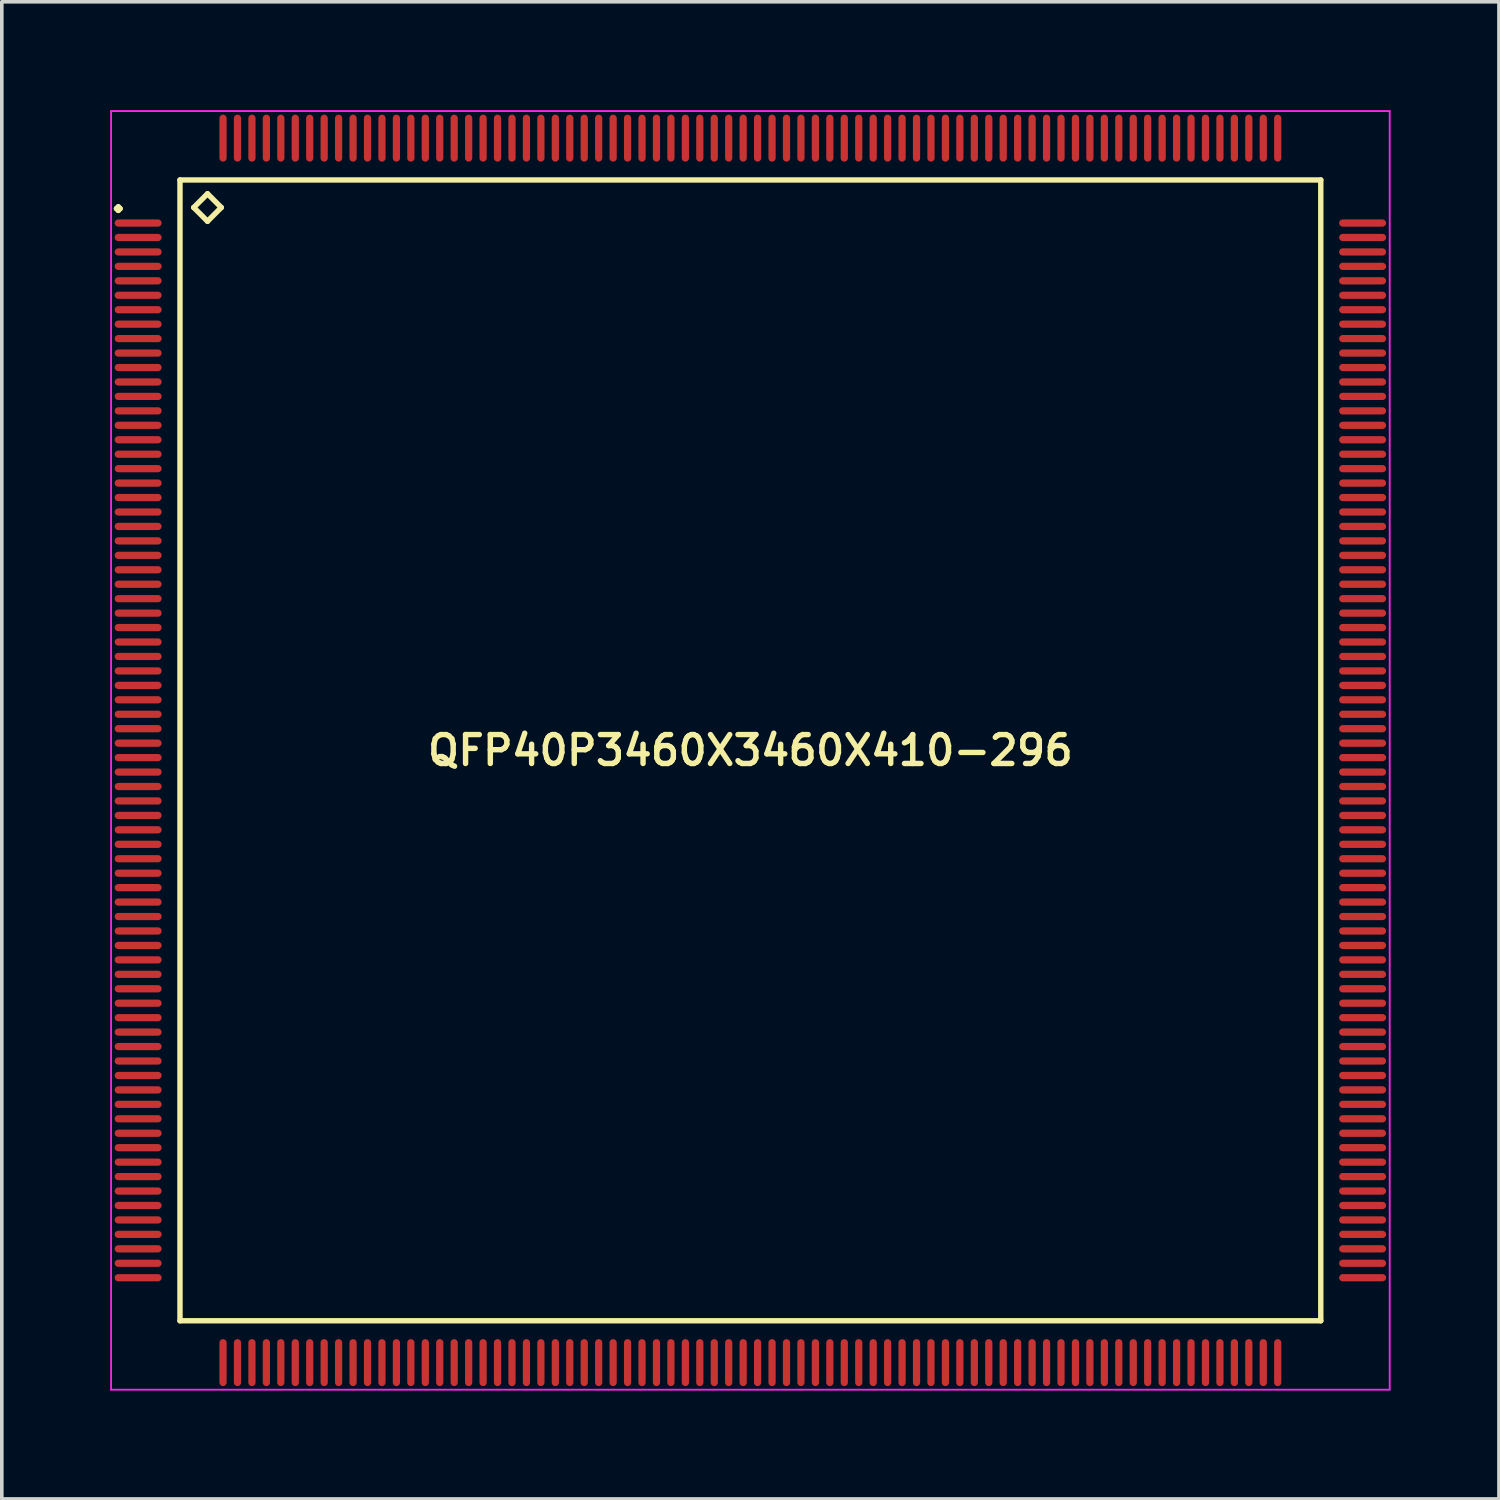
<source format=kicad_pcb>
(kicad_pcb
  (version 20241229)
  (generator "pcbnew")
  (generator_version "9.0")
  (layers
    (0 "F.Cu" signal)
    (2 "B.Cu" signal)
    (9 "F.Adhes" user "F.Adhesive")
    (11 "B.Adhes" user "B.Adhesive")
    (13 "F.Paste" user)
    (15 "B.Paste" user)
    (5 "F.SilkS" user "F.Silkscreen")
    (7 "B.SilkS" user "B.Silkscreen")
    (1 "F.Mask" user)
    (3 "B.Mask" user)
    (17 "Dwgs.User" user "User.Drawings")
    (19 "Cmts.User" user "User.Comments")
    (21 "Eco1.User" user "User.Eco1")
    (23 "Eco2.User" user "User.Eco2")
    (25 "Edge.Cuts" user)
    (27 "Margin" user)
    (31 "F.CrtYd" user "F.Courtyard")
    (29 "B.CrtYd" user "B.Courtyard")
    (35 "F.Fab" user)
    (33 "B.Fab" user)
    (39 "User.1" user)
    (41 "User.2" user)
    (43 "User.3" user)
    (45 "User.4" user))
  (footprint "QFP40P3460X3460X410-296"
    (layer "F.Cu")
    (at 17.725 17.725)
    (property "Reference" "QFP40P3460X3460X410-296" (at 0 0 0) (layer "F.SilkS") (effects (font (size 0.8 0.8) (thickness 0.15))))
    (attr smd)
    (fp_line (start -17.55 -15) (end -17.5 -15.05) (stroke (width 0.15) (type solid)) (layer "F.SilkS"))
    (fp_line (start -17.5 -15.05) (end -17.45 -15) (stroke (width 0.15) (type solid)) (layer "F.SilkS"))
    (fp_line (start -17.5 -14.95) (end -17.55 -15) (stroke (width 0.15) (type solid)) (layer "F.SilkS"))
    (fp_line (start -17.45 -15) (end -17.5 -14.95) (stroke (width 0.15) (type solid)) (layer "F.SilkS"))
    (fp_line (start -15.792 -15.792) (end -15.792 15.792) (stroke (width 0.15) (type solid)) (layer "F.SilkS"))
    (fp_line (start -15.792 15.792) (end 15.792 15.792) (stroke (width 0.15) (type solid)) (layer "F.SilkS"))
    (fp_line (start -15.411 -15.03) (end -15.03 -15.411) (stroke (width 0.15) (type solid)) (layer "F.SilkS"))
    (fp_line (start -15.03 -15.411) (end -14.649 -15.03) (stroke (width 0.15) (type solid)) (layer "F.SilkS"))
    (fp_line (start -15.03 -14.649) (end -15.411 -15.03) (stroke (width 0.15) (type solid)) (layer "F.SilkS"))
    (fp_line (start -14.649 -15.03) (end -15.03 -14.649) (stroke (width 0.15) (type solid)) (layer "F.SilkS"))
    (fp_line (start 15.792 -15.792) (end -15.792 -15.792) (stroke (width 0.15) (type solid)) (layer "F.SilkS"))
    (fp_line (start 15.792 15.792) (end 15.792 -15.792) (stroke (width 0.15) (type solid)) (layer "F.SilkS"))
    (fp_line (start -17.7 -17.7) (end 17.7 -17.7) (stroke (width 0.05) (type solid)) (layer "F.CrtYd"))
    (fp_line (start -17.7 17.7) (end -17.7 -17.7) (stroke (width 0.05) (type solid)) (layer "F.CrtYd"))
    (fp_line (start 17.7 -17.7) (end 17.7 17.7) (stroke (width 0.05) (type solid)) (layer "F.CrtYd"))
    (fp_line (start 17.7 17.7) (end -17.7 17.7) (stroke (width 0.05) (type solid)) (layer "F.CrtYd"))
    (pad "1" smd oval (at -16.95 -14.6) (size 1.3 0.2) (layers "F.Cu" "F.Mask" "F.Paste"))
    (pad "2" smd oval (at -16.95 -14.2) (size 1.3 0.2) (layers "F.Cu" "F.Mask" "F.Paste"))
    (pad "3" smd oval (at -16.95 -13.8) (size 1.3 0.2) (layers "F.Cu" "F.Mask" "F.Paste"))
    (pad "4" smd oval (at -16.95 -13.4) (size 1.3 0.2) (layers "F.Cu" "F.Mask" "F.Paste"))
    (pad "5" smd oval (at -16.95 -13) (size 1.3 0.2) (layers "F.Cu" "F.Mask" "F.Paste"))
    (pad "6" smd oval (at -16.95 -12.6) (size 1.3 0.2) (layers "F.Cu" "F.Mask" "F.Paste"))
    (pad "7" smd oval (at -16.95 -12.2) (size 1.3 0.2) (layers "F.Cu" "F.Mask" "F.Paste"))
    (pad "8" smd oval (at -16.95 -11.8) (size 1.3 0.2) (layers "F.Cu" "F.Mask" "F.Paste"))
    (pad "9" smd oval (at -16.95 -11.4) (size 1.3 0.2) (layers "F.Cu" "F.Mask" "F.Paste"))
    (pad "10" smd oval (at -16.95 -11) (size 1.3 0.2) (layers "F.Cu" "F.Mask" "F.Paste"))
    (pad "11" smd oval (at -16.95 -10.6) (size 1.3 0.2) (layers "F.Cu" "F.Mask" "F.Paste"))
    (pad "12" smd oval (at -16.95 -10.2) (size 1.3 0.2) (layers "F.Cu" "F.Mask" "F.Paste"))
    (pad "13" smd oval (at -16.95 -9.8) (size 1.3 0.2) (layers "F.Cu" "F.Mask" "F.Paste"))
    (pad "14" smd oval (at -16.95 -9.4) (size 1.3 0.2) (layers "F.Cu" "F.Mask" "F.Paste"))
    (pad "15" smd oval (at -16.95 -9) (size 1.3 0.2) (layers "F.Cu" "F.Mask" "F.Paste"))
    (pad "16" smd oval (at -16.95 -8.6) (size 1.3 0.2) (layers "F.Cu" "F.Mask" "F.Paste"))
    (pad "17" smd oval (at -16.95 -8.2) (size 1.3 0.2) (layers "F.Cu" "F.Mask" "F.Paste"))
    (pad "18" smd oval (at -16.95 -7.8) (size 1.3 0.2) (layers "F.Cu" "F.Mask" "F.Paste"))
    (pad "19" smd oval (at -16.95 -7.4) (size 1.3 0.2) (layers "F.Cu" "F.Mask" "F.Paste"))
    (pad "20" smd oval (at -16.95 -7) (size 1.3 0.2) (layers "F.Cu" "F.Mask" "F.Paste"))
    (pad "21" smd oval (at -16.95 -6.6) (size 1.3 0.2) (layers "F.Cu" "F.Mask" "F.Paste"))
    (pad "22" smd oval (at -16.95 -6.2) (size 1.3 0.2) (layers "F.Cu" "F.Mask" "F.Paste"))
    (pad "23" smd oval (at -16.95 -5.8) (size 1.3 0.2) (layers "F.Cu" "F.Mask" "F.Paste"))
    (pad "24" smd oval (at -16.95 -5.4) (size 1.3 0.2) (layers "F.Cu" "F.Mask" "F.Paste"))
    (pad "25" smd oval (at -16.95 -5) (size 1.3 0.2) (layers "F.Cu" "F.Mask" "F.Paste"))
    (pad "26" smd oval (at -16.95 -4.6) (size 1.3 0.2) (layers "F.Cu" "F.Mask" "F.Paste"))
    (pad "27" smd oval (at -16.95 -4.2) (size 1.3 0.2) (layers "F.Cu" "F.Mask" "F.Paste"))
    (pad "28" smd oval (at -16.95 -3.8) (size 1.3 0.2) (layers "F.Cu" "F.Mask" "F.Paste"))
    (pad "29" smd oval (at -16.95 -3.4) (size 1.3 0.2) (layers "F.Cu" "F.Mask" "F.Paste"))
    (pad "30" smd oval (at -16.95 -3) (size 1.3 0.2) (layers "F.Cu" "F.Mask" "F.Paste"))
    (pad "31" smd oval (at -16.95 -2.6) (size 1.3 0.2) (layers "F.Cu" "F.Mask" "F.Paste"))
    (pad "32" smd oval (at -16.95 -2.2) (size 1.3 0.2) (layers "F.Cu" "F.Mask" "F.Paste"))
    (pad "33" smd oval (at -16.95 -1.8) (size 1.3 0.2) (layers "F.Cu" "F.Mask" "F.Paste"))
    (pad "34" smd oval (at -16.95 -1.4) (size 1.3 0.2) (layers "F.Cu" "F.Mask" "F.Paste"))
    (pad "35" smd oval (at -16.95 -1) (size 1.3 0.2) (layers "F.Cu" "F.Mask" "F.Paste"))
    (pad "36" smd oval (at -16.95 -0.6) (size 1.3 0.2) (layers "F.Cu" "F.Mask" "F.Paste"))
    (pad "37" smd oval (at -16.95 -0.2) (size 1.3 0.2) (layers "F.Cu" "F.Mask" "F.Paste"))
    (pad "38" smd oval (at -16.95 0.2) (size 1.3 0.2) (layers "F.Cu" "F.Mask" "F.Paste"))
    (pad "39" smd oval (at -16.95 0.6) (size 1.3 0.2) (layers "F.Cu" "F.Mask" "F.Paste"))
    (pad "40" smd oval (at -16.95 1) (size 1.3 0.2) (layers "F.Cu" "F.Mask" "F.Paste"))
    (pad "41" smd oval (at -16.95 1.4) (size 1.3 0.2) (layers "F.Cu" "F.Mask" "F.Paste"))
    (pad "42" smd oval (at -16.95 1.8) (size 1.3 0.2) (layers "F.Cu" "F.Mask" "F.Paste"))
    (pad "43" smd oval (at -16.95 2.2) (size 1.3 0.2) (layers "F.Cu" "F.Mask" "F.Paste"))
    (pad "44" smd oval (at -16.95 2.6) (size 1.3 0.2) (layers "F.Cu" "F.Mask" "F.Paste"))
    (pad "45" smd oval (at -16.95 3) (size 1.3 0.2) (layers "F.Cu" "F.Mask" "F.Paste"))
    (pad "46" smd oval (at -16.95 3.4) (size 1.3 0.2) (layers "F.Cu" "F.Mask" "F.Paste"))
    (pad "47" smd oval (at -16.95 3.8) (size 1.3 0.2) (layers "F.Cu" "F.Mask" "F.Paste"))
    (pad "48" smd oval (at -16.95 4.2) (size 1.3 0.2) (layers "F.Cu" "F.Mask" "F.Paste"))
    (pad "49" smd oval (at -16.95 4.6) (size 1.3 0.2) (layers "F.Cu" "F.Mask" "F.Paste"))
    (pad "50" smd oval (at -16.95 5) (size 1.3 0.2) (layers "F.Cu" "F.Mask" "F.Paste"))
    (pad "51" smd oval (at -16.95 5.4) (size 1.3 0.2) (layers "F.Cu" "F.Mask" "F.Paste"))
    (pad "52" smd oval (at -16.95 5.8) (size 1.3 0.2) (layers "F.Cu" "F.Mask" "F.Paste"))
    (pad "53" smd oval (at -16.95 6.2) (size 1.3 0.2) (layers "F.Cu" "F.Mask" "F.Paste"))
    (pad "54" smd oval (at -16.95 6.6) (size 1.3 0.2) (layers "F.Cu" "F.Mask" "F.Paste"))
    (pad "55" smd oval (at -16.95 7) (size 1.3 0.2) (layers "F.Cu" "F.Mask" "F.Paste"))
    (pad "56" smd oval (at -16.95 7.4) (size 1.3 0.2) (layers "F.Cu" "F.Mask" "F.Paste"))
    (pad "57" smd oval (at -16.95 7.8) (size 1.3 0.2) (layers "F.Cu" "F.Mask" "F.Paste"))
    (pad "58" smd oval (at -16.95 8.2) (size 1.3 0.2) (layers "F.Cu" "F.Mask" "F.Paste"))
    (pad "59" smd oval (at -16.95 8.6) (size 1.3 0.2) (layers "F.Cu" "F.Mask" "F.Paste"))
    (pad "60" smd oval (at -16.95 9) (size 1.3 0.2) (layers "F.Cu" "F.Mask" "F.Paste"))
    (pad "61" smd oval (at -16.95 9.4) (size 1.3 0.2) (layers "F.Cu" "F.Mask" "F.Paste"))
    (pad "62" smd oval (at -16.95 9.8) (size 1.3 0.2) (layers "F.Cu" "F.Mask" "F.Paste"))
    (pad "63" smd oval (at -16.95 10.2) (size 1.3 0.2) (layers "F.Cu" "F.Mask" "F.Paste"))
    (pad "64" smd oval (at -16.95 10.6) (size 1.3 0.2) (layers "F.Cu" "F.Mask" "F.Paste"))
    (pad "65" smd oval (at -16.95 11) (size 1.3 0.2) (layers "F.Cu" "F.Mask" "F.Paste"))
    (pad "66" smd oval (at -16.95 11.4) (size 1.3 0.2) (layers "F.Cu" "F.Mask" "F.Paste"))
    (pad "67" smd oval (at -16.95 11.8) (size 1.3 0.2) (layers "F.Cu" "F.Mask" "F.Paste"))
    (pad "68" smd oval (at -16.95 12.2) (size 1.3 0.2) (layers "F.Cu" "F.Mask" "F.Paste"))
    (pad "69" smd oval (at -16.95 12.6) (size 1.3 0.2) (layers "F.Cu" "F.Mask" "F.Paste"))
    (pad "70" smd oval (at -16.95 13) (size 1.3 0.2) (layers "F.Cu" "F.Mask" "F.Paste"))
    (pad "71" smd oval (at -16.95 13.4) (size 1.3 0.2) (layers "F.Cu" "F.Mask" "F.Paste"))
    (pad "72" smd oval (at -16.95 13.8) (size 1.3 0.2) (layers "F.Cu" "F.Mask" "F.Paste"))
    (pad "73" smd oval (at -16.95 14.2) (size 1.3 0.2) (layers "F.Cu" "F.Mask" "F.Paste"))
    (pad "74" smd oval (at -16.95 14.6) (size 1.3 0.2) (layers "F.Cu" "F.Mask" "F.Paste"))
    (pad "75" smd oval (at -14.6 16.95) (size 0.2 1.3) (layers "F.Cu" "F.Mask" "F.Paste"))
    (pad "76" smd oval (at -14.2 16.95) (size 0.2 1.3) (layers "F.Cu" "F.Mask" "F.Paste"))
    (pad "77" smd oval (at -13.8 16.95) (size 0.2 1.3) (layers "F.Cu" "F.Mask" "F.Paste"))
    (pad "78" smd oval (at -13.4 16.95) (size 0.2 1.3) (layers "F.Cu" "F.Mask" "F.Paste"))
    (pad "79" smd oval (at -13 16.95) (size 0.2 1.3) (layers "F.Cu" "F.Mask" "F.Paste"))
    (pad "80" smd oval (at -12.6 16.95) (size 0.2 1.3) (layers "F.Cu" "F.Mask" "F.Paste"))
    (pad "81" smd oval (at -12.2 16.95) (size 0.2 1.3) (layers "F.Cu" "F.Mask" "F.Paste"))
    (pad "82" smd oval (at -11.8 16.95) (size 0.2 1.3) (layers "F.Cu" "F.Mask" "F.Paste"))
    (pad "83" smd oval (at -11.4 16.95) (size 0.2 1.3) (layers "F.Cu" "F.Mask" "F.Paste"))
    (pad "84" smd oval (at -11 16.95) (size 0.2 1.3) (layers "F.Cu" "F.Mask" "F.Paste"))
    (pad "85" smd oval (at -10.6 16.95) (size 0.2 1.3) (layers "F.Cu" "F.Mask" "F.Paste"))
    (pad "86" smd oval (at -10.2 16.95) (size 0.2 1.3) (layers "F.Cu" "F.Mask" "F.Paste"))
    (pad "87" smd oval (at -9.8 16.95) (size 0.2 1.3) (layers "F.Cu" "F.Mask" "F.Paste"))
    (pad "88" smd oval (at -9.4 16.95) (size 0.2 1.3) (layers "F.Cu" "F.Mask" "F.Paste"))
    (pad "89" smd oval (at -9 16.95) (size 0.2 1.3) (layers "F.Cu" "F.Mask" "F.Paste"))
    (pad "90" smd oval (at -8.6 16.95) (size 0.2 1.3) (layers "F.Cu" "F.Mask" "F.Paste"))
    (pad "91" smd oval (at -8.2 16.95) (size 0.2 1.3) (layers "F.Cu" "F.Mask" "F.Paste"))
    (pad "92" smd oval (at -7.8 16.95) (size 0.2 1.3) (layers "F.Cu" "F.Mask" "F.Paste"))
    (pad "93" smd oval (at -7.4 16.95) (size 0.2 1.3) (layers "F.Cu" "F.Mask" "F.Paste"))
    (pad "94" smd oval (at -7 16.95) (size 0.2 1.3) (layers "F.Cu" "F.Mask" "F.Paste"))
    (pad "95" smd oval (at -6.6 16.95) (size 0.2 1.3) (layers "F.Cu" "F.Mask" "F.Paste"))
    (pad "96" smd oval (at -6.2 16.95) (size 0.2 1.3) (layers "F.Cu" "F.Mask" "F.Paste"))
    (pad "97" smd oval (at -5.8 16.95) (size 0.2 1.3) (layers "F.Cu" "F.Mask" "F.Paste"))
    (pad "98" smd oval (at -5.4 16.95) (size 0.2 1.3) (layers "F.Cu" "F.Mask" "F.Paste"))
    (pad "99" smd oval (at -5 16.95) (size 0.2 1.3) (layers "F.Cu" "F.Mask" "F.Paste"))
    (pad "100" smd oval (at -4.6 16.95) (size 0.2 1.3) (layers "F.Cu" "F.Mask" "F.Paste"))
    (pad "101" smd oval (at -4.2 16.95) (size 0.2 1.3) (layers "F.Cu" "F.Mask" "F.Paste"))
    (pad "102" smd oval (at -3.8 16.95) (size 0.2 1.3) (layers "F.Cu" "F.Mask" "F.Paste"))
    (pad "103" smd oval (at -3.4 16.95) (size 0.2 1.3) (layers "F.Cu" "F.Mask" "F.Paste"))
    (pad "104" smd oval (at -3 16.95) (size 0.2 1.3) (layers "F.Cu" "F.Mask" "F.Paste"))
    (pad "105" smd oval (at -2.6 16.95) (size 0.2 1.3) (layers "F.Cu" "F.Mask" "F.Paste"))
    (pad "106" smd oval (at -2.2 16.95) (size 0.2 1.3) (layers "F.Cu" "F.Mask" "F.Paste"))
    (pad "107" smd oval (at -1.8 16.95) (size 0.2 1.3) (layers "F.Cu" "F.Mask" "F.Paste"))
    (pad "108" smd oval (at -1.4 16.95) (size 0.2 1.3) (layers "F.Cu" "F.Mask" "F.Paste"))
    (pad "109" smd oval (at -1 16.95) (size 0.2 1.3) (layers "F.Cu" "F.Mask" "F.Paste"))
    (pad "110" smd oval (at -0.6 16.95) (size 0.2 1.3) (layers "F.Cu" "F.Mask" "F.Paste"))
    (pad "111" smd oval (at -0.2 16.95) (size 0.2 1.3) (layers "F.Cu" "F.Mask" "F.Paste"))
    (pad "112" smd oval (at 0.2 16.95) (size 0.2 1.3) (layers "F.Cu" "F.Mask" "F.Paste"))
    (pad "113" smd oval (at 0.6 16.95) (size 0.2 1.3) (layers "F.Cu" "F.Mask" "F.Paste"))
    (pad "114" smd oval (at 1 16.95) (size 0.2 1.3) (layers "F.Cu" "F.Mask" "F.Paste"))
    (pad "115" smd oval (at 1.4 16.95) (size 0.2 1.3) (layers "F.Cu" "F.Mask" "F.Paste"))
    (pad "116" smd oval (at 1.8 16.95) (size 0.2 1.3) (layers "F.Cu" "F.Mask" "F.Paste"))
    (pad "117" smd oval (at 2.2 16.95) (size 0.2 1.3) (layers "F.Cu" "F.Mask" "F.Paste"))
    (pad "118" smd oval (at 2.6 16.95) (size 0.2 1.3) (layers "F.Cu" "F.Mask" "F.Paste"))
    (pad "119" smd oval (at 3 16.95) (size 0.2 1.3) (layers "F.Cu" "F.Mask" "F.Paste"))
    (pad "120" smd oval (at 3.4 16.95) (size 0.2 1.3) (layers "F.Cu" "F.Mask" "F.Paste"))
    (pad "121" smd oval (at 3.8 16.95) (size 0.2 1.3) (layers "F.Cu" "F.Mask" "F.Paste"))
    (pad "122" smd oval (at 4.2 16.95) (size 0.2 1.3) (layers "F.Cu" "F.Mask" "F.Paste"))
    (pad "123" smd oval (at 4.6 16.95) (size 0.2 1.3) (layers "F.Cu" "F.Mask" "F.Paste"))
    (pad "124" smd oval (at 5 16.95) (size 0.2 1.3) (layers "F.Cu" "F.Mask" "F.Paste"))
    (pad "125" smd oval (at 5.4 16.95) (size 0.2 1.3) (layers "F.Cu" "F.Mask" "F.Paste"))
    (pad "126" smd oval (at 5.8 16.95) (size 0.2 1.3) (layers "F.Cu" "F.Mask" "F.Paste"))
    (pad "127" smd oval (at 6.2 16.95) (size 0.2 1.3) (layers "F.Cu" "F.Mask" "F.Paste"))
    (pad "128" smd oval (at 6.6 16.95) (size 0.2 1.3) (layers "F.Cu" "F.Mask" "F.Paste"))
    (pad "129" smd oval (at 7 16.95) (size 0.2 1.3) (layers "F.Cu" "F.Mask" "F.Paste"))
    (pad "130" smd oval (at 7.4 16.95) (size 0.2 1.3) (layers "F.Cu" "F.Mask" "F.Paste"))
    (pad "131" smd oval (at 7.8 16.95) (size 0.2 1.3) (layers "F.Cu" "F.Mask" "F.Paste"))
    (pad "132" smd oval (at 8.2 16.95) (size 0.2 1.3) (layers "F.Cu" "F.Mask" "F.Paste"))
    (pad "133" smd oval (at 8.6 16.95) (size 0.2 1.3) (layers "F.Cu" "F.Mask" "F.Paste"))
    (pad "134" smd oval (at 9 16.95) (size 0.2 1.3) (layers "F.Cu" "F.Mask" "F.Paste"))
    (pad "135" smd oval (at 9.4 16.95) (size 0.2 1.3) (layers "F.Cu" "F.Mask" "F.Paste"))
    (pad "136" smd oval (at 9.8 16.95) (size 0.2 1.3) (layers "F.Cu" "F.Mask" "F.Paste"))
    (pad "137" smd oval (at 10.2 16.95) (size 0.2 1.3) (layers "F.Cu" "F.Mask" "F.Paste"))
    (pad "138" smd oval (at 10.6 16.95) (size 0.2 1.3) (layers "F.Cu" "F.Mask" "F.Paste"))
    (pad "139" smd oval (at 11 16.95) (size 0.2 1.3) (layers "F.Cu" "F.Mask" "F.Paste"))
    (pad "140" smd oval (at 11.4 16.95) (size 0.2 1.3) (layers "F.Cu" "F.Mask" "F.Paste"))
    (pad "141" smd oval (at 11.8 16.95) (size 0.2 1.3) (layers "F.Cu" "F.Mask" "F.Paste"))
    (pad "142" smd oval (at 12.2 16.95) (size 0.2 1.3) (layers "F.Cu" "F.Mask" "F.Paste"))
    (pad "143" smd oval (at 12.6 16.95) (size 0.2 1.3) (layers "F.Cu" "F.Mask" "F.Paste"))
    (pad "144" smd oval (at 13 16.95) (size 0.2 1.3) (layers "F.Cu" "F.Mask" "F.Paste"))
    (pad "145" smd oval (at 13.4 16.95) (size 0.2 1.3) (layers "F.Cu" "F.Mask" "F.Paste"))
    (pad "146" smd oval (at 13.8 16.95) (size 0.2 1.3) (layers "F.Cu" "F.Mask" "F.Paste"))
    (pad "147" smd oval (at 14.2 16.95) (size 0.2 1.3) (layers "F.Cu" "F.Mask" "F.Paste"))
    (pad "148" smd oval (at 14.6 16.95) (size 0.2 1.3) (layers "F.Cu" "F.Mask" "F.Paste"))
    (pad "149" smd oval (at 16.95 14.6) (size 1.3 0.2) (layers "F.Cu" "F.Mask" "F.Paste"))
    (pad "150" smd oval (at 16.95 14.2) (size 1.3 0.2) (layers "F.Cu" "F.Mask" "F.Paste"))
    (pad "151" smd oval (at 16.95 13.8) (size 1.3 0.2) (layers "F.Cu" "F.Mask" "F.Paste"))
    (pad "152" smd oval (at 16.95 13.4) (size 1.3 0.2) (layers "F.Cu" "F.Mask" "F.Paste"))
    (pad "153" smd oval (at 16.95 13) (size 1.3 0.2) (layers "F.Cu" "F.Mask" "F.Paste"))
    (pad "154" smd oval (at 16.95 12.6) (size 1.3 0.2) (layers "F.Cu" "F.Mask" "F.Paste"))
    (pad "155" smd oval (at 16.95 12.2) (size 1.3 0.2) (layers "F.Cu" "F.Mask" "F.Paste"))
    (pad "156" smd oval (at 16.95 11.8) (size 1.3 0.2) (layers "F.Cu" "F.Mask" "F.Paste"))
    (pad "157" smd oval (at 16.95 11.4) (size 1.3 0.2) (layers "F.Cu" "F.Mask" "F.Paste"))
    (pad "158" smd oval (at 16.95 11) (size 1.3 0.2) (layers "F.Cu" "F.Mask" "F.Paste"))
    (pad "159" smd oval (at 16.95 10.6) (size 1.3 0.2) (layers "F.Cu" "F.Mask" "F.Paste"))
    (pad "160" smd oval (at 16.95 10.2) (size 1.3 0.2) (layers "F.Cu" "F.Mask" "F.Paste"))
    (pad "161" smd oval (at 16.95 9.8) (size 1.3 0.2) (layers "F.Cu" "F.Mask" "F.Paste"))
    (pad "162" smd oval (at 16.95 9.4) (size 1.3 0.2) (layers "F.Cu" "F.Mask" "F.Paste"))
    (pad "163" smd oval (at 16.95 9) (size 1.3 0.2) (layers "F.Cu" "F.Mask" "F.Paste"))
    (pad "164" smd oval (at 16.95 8.6) (size 1.3 0.2) (layers "F.Cu" "F.Mask" "F.Paste"))
    (pad "165" smd oval (at 16.95 8.2) (size 1.3 0.2) (layers "F.Cu" "F.Mask" "F.Paste"))
    (pad "166" smd oval (at 16.95 7.8) (size 1.3 0.2) (layers "F.Cu" "F.Mask" "F.Paste"))
    (pad "167" smd oval (at 16.95 7.4) (size 1.3 0.2) (layers "F.Cu" "F.Mask" "F.Paste"))
    (pad "168" smd oval (at 16.95 7) (size 1.3 0.2) (layers "F.Cu" "F.Mask" "F.Paste"))
    (pad "169" smd oval (at 16.95 6.6) (size 1.3 0.2) (layers "F.Cu" "F.Mask" "F.Paste"))
    (pad "170" smd oval (at 16.95 6.2) (size 1.3 0.2) (layers "F.Cu" "F.Mask" "F.Paste"))
    (pad "171" smd oval (at 16.95 5.8) (size 1.3 0.2) (layers "F.Cu" "F.Mask" "F.Paste"))
    (pad "172" smd oval (at 16.95 5.4) (size 1.3 0.2) (layers "F.Cu" "F.Mask" "F.Paste"))
    (pad "173" smd oval (at 16.95 5) (size 1.3 0.2) (layers "F.Cu" "F.Mask" "F.Paste"))
    (pad "174" smd oval (at 16.95 4.6) (size 1.3 0.2) (layers "F.Cu" "F.Mask" "F.Paste"))
    (pad "175" smd oval (at 16.95 4.2) (size 1.3 0.2) (layers "F.Cu" "F.Mask" "F.Paste"))
    (pad "176" smd oval (at 16.95 3.8) (size 1.3 0.2) (layers "F.Cu" "F.Mask" "F.Paste"))
    (pad "177" smd oval (at 16.95 3.4) (size 1.3 0.2) (layers "F.Cu" "F.Mask" "F.Paste"))
    (pad "178" smd oval (at 16.95 3) (size 1.3 0.2) (layers "F.Cu" "F.Mask" "F.Paste"))
    (pad "179" smd oval (at 16.95 2.6) (size 1.3 0.2) (layers "F.Cu" "F.Mask" "F.Paste"))
    (pad "180" smd oval (at 16.95 2.2) (size 1.3 0.2) (layers "F.Cu" "F.Mask" "F.Paste"))
    (pad "181" smd oval (at 16.95 1.8) (size 1.3 0.2) (layers "F.Cu" "F.Mask" "F.Paste"))
    (pad "182" smd oval (at 16.95 1.4) (size 1.3 0.2) (layers "F.Cu" "F.Mask" "F.Paste"))
    (pad "183" smd oval (at 16.95 1) (size 1.3 0.2) (layers "F.Cu" "F.Mask" "F.Paste"))
    (pad "184" smd oval (at 16.95 0.6) (size 1.3 0.2) (layers "F.Cu" "F.Mask" "F.Paste"))
    (pad "185" smd oval (at 16.95 0.2) (size 1.3 0.2) (layers "F.Cu" "F.Mask" "F.Paste"))
    (pad "186" smd oval (at 16.95 -0.2) (size 1.3 0.2) (layers "F.Cu" "F.Mask" "F.Paste"))
    (pad "187" smd oval (at 16.95 -0.6) (size 1.3 0.2) (layers "F.Cu" "F.Mask" "F.Paste"))
    (pad "188" smd oval (at 16.95 -1) (size 1.3 0.2) (layers "F.Cu" "F.Mask" "F.Paste"))
    (pad "189" smd oval (at 16.95 -1.4) (size 1.3 0.2) (layers "F.Cu" "F.Mask" "F.Paste"))
    (pad "190" smd oval (at 16.95 -1.8) (size 1.3 0.2) (layers "F.Cu" "F.Mask" "F.Paste"))
    (pad "191" smd oval (at 16.95 -2.2) (size 1.3 0.2) (layers "F.Cu" "F.Mask" "F.Paste"))
    (pad "192" smd oval (at 16.95 -2.6) (size 1.3 0.2) (layers "F.Cu" "F.Mask" "F.Paste"))
    (pad "193" smd oval (at 16.95 -3) (size 1.3 0.2) (layers "F.Cu" "F.Mask" "F.Paste"))
    (pad "194" smd oval (at 16.95 -3.4) (size 1.3 0.2) (layers "F.Cu" "F.Mask" "F.Paste"))
    (pad "195" smd oval (at 16.95 -3.8) (size 1.3 0.2) (layers "F.Cu" "F.Mask" "F.Paste"))
    (pad "196" smd oval (at 16.95 -4.2) (size 1.3 0.2) (layers "F.Cu" "F.Mask" "F.Paste"))
    (pad "197" smd oval (at 16.95 -4.6) (size 1.3 0.2) (layers "F.Cu" "F.Mask" "F.Paste"))
    (pad "198" smd oval (at 16.95 -5) (size 1.3 0.2) (layers "F.Cu" "F.Mask" "F.Paste"))
    (pad "199" smd oval (at 16.95 -5.4) (size 1.3 0.2) (layers "F.Cu" "F.Mask" "F.Paste"))
    (pad "200" smd oval (at 16.95 -5.8) (size 1.3 0.2) (layers "F.Cu" "F.Mask" "F.Paste"))
    (pad "201" smd oval (at 16.95 -6.2) (size 1.3 0.2) (layers "F.Cu" "F.Mask" "F.Paste"))
    (pad "202" smd oval (at 16.95 -6.6) (size 1.3 0.2) (layers "F.Cu" "F.Mask" "F.Paste"))
    (pad "203" smd oval (at 16.95 -7) (size 1.3 0.2) (layers "F.Cu" "F.Mask" "F.Paste"))
    (pad "204" smd oval (at 16.95 -7.4) (size 1.3 0.2) (layers "F.Cu" "F.Mask" "F.Paste"))
    (pad "205" smd oval (at 16.95 -7.8) (size 1.3 0.2) (layers "F.Cu" "F.Mask" "F.Paste"))
    (pad "206" smd oval (at 16.95 -8.2) (size 1.3 0.2) (layers "F.Cu" "F.Mask" "F.Paste"))
    (pad "207" smd oval (at 16.95 -8.6) (size 1.3 0.2) (layers "F.Cu" "F.Mask" "F.Paste"))
    (pad "208" smd oval (at 16.95 -9) (size 1.3 0.2) (layers "F.Cu" "F.Mask" "F.Paste"))
    (pad "209" smd oval (at 16.95 -9.4) (size 1.3 0.2) (layers "F.Cu" "F.Mask" "F.Paste"))
    (pad "210" smd oval (at 16.95 -9.8) (size 1.3 0.2) (layers "F.Cu" "F.Mask" "F.Paste"))
    (pad "211" smd oval (at 16.95 -10.2) (size 1.3 0.2) (layers "F.Cu" "F.Mask" "F.Paste"))
    (pad "212" smd oval (at 16.95 -10.6) (size 1.3 0.2) (layers "F.Cu" "F.Mask" "F.Paste"))
    (pad "213" smd oval (at 16.95 -11) (size 1.3 0.2) (layers "F.Cu" "F.Mask" "F.Paste"))
    (pad "214" smd oval (at 16.95 -11.4) (size 1.3 0.2) (layers "F.Cu" "F.Mask" "F.Paste"))
    (pad "215" smd oval (at 16.95 -11.8) (size 1.3 0.2) (layers "F.Cu" "F.Mask" "F.Paste"))
    (pad "216" smd oval (at 16.95 -12.2) (size 1.3 0.2) (layers "F.Cu" "F.Mask" "F.Paste"))
    (pad "217" smd oval (at 16.95 -12.6) (size 1.3 0.2) (layers "F.Cu" "F.Mask" "F.Paste"))
    (pad "218" smd oval (at 16.95 -13) (size 1.3 0.2) (layers "F.Cu" "F.Mask" "F.Paste"))
    (pad "219" smd oval (at 16.95 -13.4) (size 1.3 0.2) (layers "F.Cu" "F.Mask" "F.Paste"))
    (pad "220" smd oval (at 16.95 -13.8) (size 1.3 0.2) (layers "F.Cu" "F.Mask" "F.Paste"))
    (pad "221" smd oval (at 16.95 -14.2) (size 1.3 0.2) (layers "F.Cu" "F.Mask" "F.Paste"))
    (pad "222" smd oval (at 16.95 -14.6) (size 1.3 0.2) (layers "F.Cu" "F.Mask" "F.Paste"))
    (pad "223" smd oval (at 14.6 -16.95) (size 0.2 1.3) (layers "F.Cu" "F.Mask" "F.Paste"))
    (pad "224" smd oval (at 14.2 -16.95) (size 0.2 1.3) (layers "F.Cu" "F.Mask" "F.Paste"))
    (pad "225" smd oval (at 13.8 -16.95) (size 0.2 1.3) (layers "F.Cu" "F.Mask" "F.Paste"))
    (pad "226" smd oval (at 13.4 -16.95) (size 0.2 1.3) (layers "F.Cu" "F.Mask" "F.Paste"))
    (pad "227" smd oval (at 13 -16.95) (size 0.2 1.3) (layers "F.Cu" "F.Mask" "F.Paste"))
    (pad "228" smd oval (at 12.6 -16.95) (size 0.2 1.3) (layers "F.Cu" "F.Mask" "F.Paste"))
    (pad "229" smd oval (at 12.2 -16.95) (size 0.2 1.3) (layers "F.Cu" "F.Mask" "F.Paste"))
    (pad "230" smd oval (at 11.8 -16.95) (size 0.2 1.3) (layers "F.Cu" "F.Mask" "F.Paste"))
    (pad "231" smd oval (at 11.4 -16.95) (size 0.2 1.3) (layers "F.Cu" "F.Mask" "F.Paste"))
    (pad "232" smd oval (at 11 -16.95) (size 0.2 1.3) (layers "F.Cu" "F.Mask" "F.Paste"))
    (pad "233" smd oval (at 10.6 -16.95) (size 0.2 1.3) (layers "F.Cu" "F.Mask" "F.Paste"))
    (pad "234" smd oval (at 10.2 -16.95) (size 0.2 1.3) (layers "F.Cu" "F.Mask" "F.Paste"))
    (pad "235" smd oval (at 9.8 -16.95) (size 0.2 1.3) (layers "F.Cu" "F.Mask" "F.Paste"))
    (pad "236" smd oval (at 9.4 -16.95) (size 0.2 1.3) (layers "F.Cu" "F.Mask" "F.Paste"))
    (pad "237" smd oval (at 9 -16.95) (size 0.2 1.3) (layers "F.Cu" "F.Mask" "F.Paste"))
    (pad "238" smd oval (at 8.6 -16.95) (size 0.2 1.3) (layers "F.Cu" "F.Mask" "F.Paste"))
    (pad "239" smd oval (at 8.2 -16.95) (size 0.2 1.3) (layers "F.Cu" "F.Mask" "F.Paste"))
    (pad "240" smd oval (at 7.8 -16.95) (size 0.2 1.3) (layers "F.Cu" "F.Mask" "F.Paste"))
    (pad "241" smd oval (at 7.4 -16.95) (size 0.2 1.3) (layers "F.Cu" "F.Mask" "F.Paste"))
    (pad "242" smd oval (at 7 -16.95) (size 0.2 1.3) (layers "F.Cu" "F.Mask" "F.Paste"))
    (pad "243" smd oval (at 6.6 -16.95) (size 0.2 1.3) (layers "F.Cu" "F.Mask" "F.Paste"))
    (pad "244" smd oval (at 6.2 -16.95) (size 0.2 1.3) (layers "F.Cu" "F.Mask" "F.Paste"))
    (pad "245" smd oval (at 5.8 -16.95) (size 0.2 1.3) (layers "F.Cu" "F.Mask" "F.Paste"))
    (pad "246" smd oval (at 5.4 -16.95) (size 0.2 1.3) (layers "F.Cu" "F.Mask" "F.Paste"))
    (pad "247" smd oval (at 5 -16.95) (size 0.2 1.3) (layers "F.Cu" "F.Mask" "F.Paste"))
    (pad "248" smd oval (at 4.6 -16.95) (size 0.2 1.3) (layers "F.Cu" "F.Mask" "F.Paste"))
    (pad "249" smd oval (at 4.2 -16.95) (size 0.2 1.3) (layers "F.Cu" "F.Mask" "F.Paste"))
    (pad "250" smd oval (at 3.8 -16.95) (size 0.2 1.3) (layers "F.Cu" "F.Mask" "F.Paste"))
    (pad "251" smd oval (at 3.4 -16.95) (size 0.2 1.3) (layers "F.Cu" "F.Mask" "F.Paste"))
    (pad "252" smd oval (at 3 -16.95) (size 0.2 1.3) (layers "F.Cu" "F.Mask" "F.Paste"))
    (pad "253" smd oval (at 2.6 -16.95) (size 0.2 1.3) (layers "F.Cu" "F.Mask" "F.Paste"))
    (pad "254" smd oval (at 2.2 -16.95) (size 0.2 1.3) (layers "F.Cu" "F.Mask" "F.Paste"))
    (pad "255" smd oval (at 1.8 -16.95) (size 0.2 1.3) (layers "F.Cu" "F.Mask" "F.Paste"))
    (pad "256" smd oval (at 1.4 -16.95) (size 0.2 1.3) (layers "F.Cu" "F.Mask" "F.Paste"))
    (pad "257" smd oval (at 1 -16.95) (size 0.2 1.3) (layers "F.Cu" "F.Mask" "F.Paste"))
    (pad "258" smd oval (at 0.6 -16.95) (size 0.2 1.3) (layers "F.Cu" "F.Mask" "F.Paste"))
    (pad "259" smd oval (at 0.2 -16.95) (size 0.2 1.3) (layers "F.Cu" "F.Mask" "F.Paste"))
    (pad "260" smd oval (at -0.2 -16.95) (size 0.2 1.3) (layers "F.Cu" "F.Mask" "F.Paste"))
    (pad "261" smd oval (at -0.6 -16.95) (size 0.2 1.3) (layers "F.Cu" "F.Mask" "F.Paste"))
    (pad "262" smd oval (at -1 -16.95) (size 0.2 1.3) (layers "F.Cu" "F.Mask" "F.Paste"))
    (pad "263" smd oval (at -1.4 -16.95) (size 0.2 1.3) (layers "F.Cu" "F.Mask" "F.Paste"))
    (pad "264" smd oval (at -1.8 -16.95) (size 0.2 1.3) (layers "F.Cu" "F.Mask" "F.Paste"))
    (pad "265" smd oval (at -2.2 -16.95) (size 0.2 1.3) (layers "F.Cu" "F.Mask" "F.Paste"))
    (pad "266" smd oval (at -2.6 -16.95) (size 0.2 1.3) (layers "F.Cu" "F.Mask" "F.Paste"))
    (pad "267" smd oval (at -3 -16.95) (size 0.2 1.3) (layers "F.Cu" "F.Mask" "F.Paste"))
    (pad "268" smd oval (at -3.4 -16.95) (size 0.2 1.3) (layers "F.Cu" "F.Mask" "F.Paste"))
    (pad "269" smd oval (at -3.8 -16.95) (size 0.2 1.3) (layers "F.Cu" "F.Mask" "F.Paste"))
    (pad "270" smd oval (at -4.2 -16.95) (size 0.2 1.3) (layers "F.Cu" "F.Mask" "F.Paste"))
    (pad "271" smd oval (at -4.6 -16.95) (size 0.2 1.3) (layers "F.Cu" "F.Mask" "F.Paste"))
    (pad "272" smd oval (at -5 -16.95) (size 0.2 1.3) (layers "F.Cu" "F.Mask" "F.Paste"))
    (pad "273" smd oval (at -5.4 -16.95) (size 0.2 1.3) (layers "F.Cu" "F.Mask" "F.Paste"))
    (pad "274" smd oval (at -5.8 -16.95) (size 0.2 1.3) (layers "F.Cu" "F.Mask" "F.Paste"))
    (pad "275" smd oval (at -6.2 -16.95) (size 0.2 1.3) (layers "F.Cu" "F.Mask" "F.Paste"))
    (pad "276" smd oval (at -6.6 -16.95) (size 0.2 1.3) (layers "F.Cu" "F.Mask" "F.Paste"))
    (pad "277" smd oval (at -7 -16.95) (size 0.2 1.3) (layers "F.Cu" "F.Mask" "F.Paste"))
    (pad "278" smd oval (at -7.4 -16.95) (size 0.2 1.3) (layers "F.Cu" "F.Mask" "F.Paste"))
    (pad "279" smd oval (at -7.8 -16.95) (size 0.2 1.3) (layers "F.Cu" "F.Mask" "F.Paste"))
    (pad "280" smd oval (at -8.2 -16.95) (size 0.2 1.3) (layers "F.Cu" "F.Mask" "F.Paste"))
    (pad "281" smd oval (at -8.6 -16.95) (size 0.2 1.3) (layers "F.Cu" "F.Mask" "F.Paste"))
    (pad "282" smd oval (at -9 -16.95) (size 0.2 1.3) (layers "F.Cu" "F.Mask" "F.Paste"))
    (pad "283" smd oval (at -9.4 -16.95) (size 0.2 1.3) (layers "F.Cu" "F.Mask" "F.Paste"))
    (pad "284" smd oval (at -9.8 -16.95) (size 0.2 1.3) (layers "F.Cu" "F.Mask" "F.Paste"))
    (pad "285" smd oval (at -10.2 -16.95) (size 0.2 1.3) (layers "F.Cu" "F.Mask" "F.Paste"))
    (pad "286" smd oval (at -10.6 -16.95) (size 0.2 1.3) (layers "F.Cu" "F.Mask" "F.Paste"))
    (pad "287" smd oval (at -11 -16.95) (size 0.2 1.3) (layers "F.Cu" "F.Mask" "F.Paste"))
    (pad "288" smd oval (at -11.4 -16.95) (size 0.2 1.3) (layers "F.Cu" "F.Mask" "F.Paste"))
    (pad "289" smd oval (at -11.8 -16.95) (size 0.2 1.3) (layers "F.Cu" "F.Mask" "F.Paste"))
    (pad "290" smd oval (at -12.2 -16.95) (size 0.2 1.3) (layers "F.Cu" "F.Mask" "F.Paste"))
    (pad "291" smd oval (at -12.6 -16.95) (size 0.2 1.3) (layers "F.Cu" "F.Mask" "F.Paste"))
    (pad "292" smd oval (at -13 -16.95) (size 0.2 1.3) (layers "F.Cu" "F.Mask" "F.Paste"))
    (pad "293" smd oval (at -13.4 -16.95) (size 0.2 1.3) (layers "F.Cu" "F.Mask" "F.Paste"))
    (pad "294" smd oval (at -13.8 -16.95) (size 0.2 1.3) (layers "F.Cu" "F.Mask" "F.Paste"))
    (pad "295" smd oval (at -14.2 -16.95) (size 0.2 1.3) (layers "F.Cu" "F.Mask" "F.Paste"))
    (pad "296" smd oval (at -14.6 -16.95) (size 0.2 1.3) (layers "F.Cu" "F.Mask" "F.Paste")))
  (gr_rect
    (start -3 -3)
    (end 38.45 38.45)
    (stroke (width 0.1) (type default))
    (fill no)
    (layer "Edge.Cuts")))
</source>
